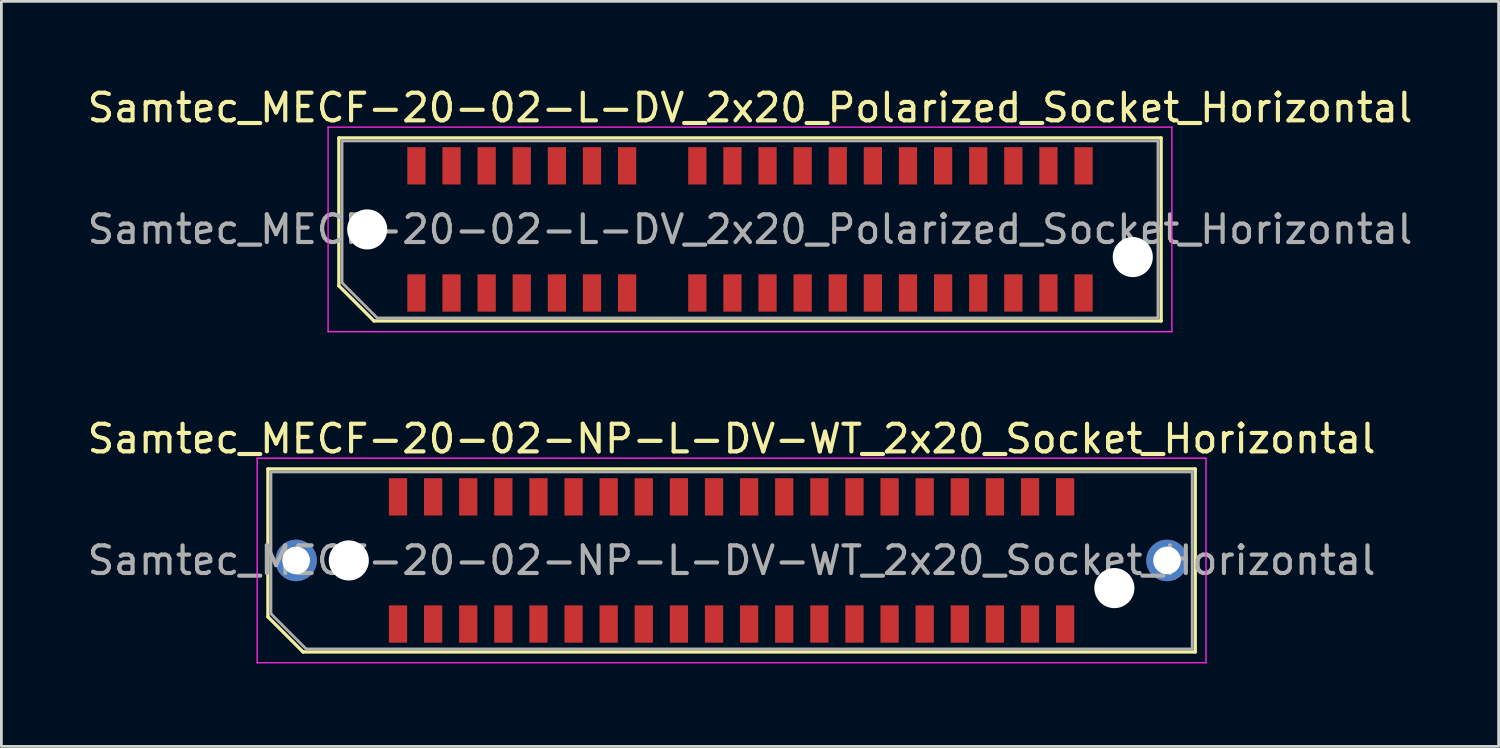
<source format=kicad_pcb>
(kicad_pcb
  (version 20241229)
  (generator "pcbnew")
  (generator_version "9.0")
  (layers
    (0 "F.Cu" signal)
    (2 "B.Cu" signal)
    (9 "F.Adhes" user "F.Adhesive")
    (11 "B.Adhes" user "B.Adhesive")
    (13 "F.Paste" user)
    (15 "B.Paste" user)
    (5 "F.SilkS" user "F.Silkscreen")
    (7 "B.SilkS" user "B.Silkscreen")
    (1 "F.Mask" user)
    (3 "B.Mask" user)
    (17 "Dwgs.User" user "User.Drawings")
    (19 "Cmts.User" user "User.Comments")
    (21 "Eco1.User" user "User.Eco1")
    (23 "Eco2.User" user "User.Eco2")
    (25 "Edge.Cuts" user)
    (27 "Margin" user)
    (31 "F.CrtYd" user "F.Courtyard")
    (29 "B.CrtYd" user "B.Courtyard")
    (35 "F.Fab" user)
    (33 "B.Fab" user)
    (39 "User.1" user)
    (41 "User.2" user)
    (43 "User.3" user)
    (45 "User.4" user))
  (footprint "Samtec_MECF-20-02-NP-L-DV-WT_2x20_Socket_Horizontal"
    (layer "F.Cu")
    (at 23.411 17.221)
    (property "Reference" "Samtec_MECF-20-02-NP-L-DV-WT_2x20_Socket_Horizontal" (at 0 -4.4 0) (layer "F.SilkS") (effects (font (size 1 1) (thickness 0.15))))
    (attr smd)
    (fp_line (start -16.77 -3.31) (end 16.77 -3.31) (stroke (width 0.12) (type solid)) (layer "F.SilkS"))
    (fp_line (start -16.77 2.04) (end -16.77 -3.31) (stroke (width 0.12) (type solid)) (layer "F.SilkS"))
    (fp_line (start -15.5 3.31) (end -16.77 2.04) (stroke (width 0.12) (type solid)) (layer "F.SilkS"))
    (fp_line (start -15.5 3.31) (end 16.77 3.31) (stroke (width 0.12) (type solid)) (layer "F.SilkS"))
    (fp_line (start 16.77 3.31) (end 16.77 -3.31) (stroke (width 0.12) (type solid)) (layer "F.SilkS"))
    (fp_line (start -17.16 -3.7) (end -17.16 3.7) (stroke (width 0.05) (type solid)) (layer "F.CrtYd"))
    (fp_line (start -17.16 3.7) (end 17.16 3.7) (stroke (width 0.05) (type solid)) (layer "F.CrtYd"))
    (fp_line (start 17.16 -3.7) (end -17.16 -3.7) (stroke (width 0.05) (type solid)) (layer "F.CrtYd"))
    (fp_line (start 17.16 3.7) (end 17.16 -3.7) (stroke (width 0.05) (type solid)) (layer "F.CrtYd"))
    (fp_line (start -16.66 -3.2) (end 16.66 -3.2) (stroke (width 0.1) (type solid)) (layer "F.Fab"))
    (fp_line (start -16.66 1.93) (end -16.66 -3.2) (stroke (width 0.1) (type solid)) (layer "F.Fab"))
    (fp_line (start -16.66 1.93) (end -15.39 3.2) (stroke (width 0.1) (type solid)) (layer "F.Fab"))
    (fp_line (start -15.39 3.2) (end 16.66 3.2) (stroke (width 0.1) (type solid)) (layer "F.Fab"))
    (fp_line (start 16.66 3.2) (end 16.66 -3.2) (stroke (width 0.1) (type solid)) (layer "F.Fab"))
    (fp_text user "${REFERENCE}" (at 0 0 0) (layer "F.Fab") (effects (font (size 1 1) (thickness 0.15))))
    (pad "" thru_hole circle (at -15.75 0) (size 1.5 1.5) (drill 1) (layers "*.Cu" "*.Mask"))
    (pad "" np_thru_hole circle (at -13.845 0) (size 1.45 1.45) (drill 1.45) (layers "*.Cu" "*.Mask"))
    (pad "" np_thru_hole circle (at 13.845 1) (size 1.45 1.45) (drill 1.45) (layers "*.Cu" "*.Mask"))
    (pad "" thru_hole circle (at 15.75 0) (size 1.5 1.5) (drill 1) (layers "*.Cu" "*.Mask"))
    (pad "1" smd rect (at -12.065 2.3) (size 0.66 1.35) (layers "F.Cu" "F.Mask" "F.Paste"))
    (pad "2" smd rect (at -12.065 -2.3) (size 0.66 1.35) (layers "F.Cu" "F.Mask" "F.Paste"))
    (pad "3" smd rect (at -10.795 2.3) (size 0.66 1.35) (layers "F.Cu" "F.Mask" "F.Paste"))
    (pad "4" smd rect (at -10.795 -2.3) (size 0.66 1.35) (layers "F.Cu" "F.Mask" "F.Paste"))
    (pad "5" smd rect (at -9.525 2.3) (size 0.66 1.35) (layers "F.Cu" "F.Mask" "F.Paste"))
    (pad "6" smd rect (at -9.525 -2.3) (size 0.66 1.35) (layers "F.Cu" "F.Mask" "F.Paste"))
    (pad "7" smd rect (at -8.255 2.3) (size 0.66 1.35) (layers "F.Cu" "F.Mask" "F.Paste"))
    (pad "8" smd rect (at -8.255 -2.3) (size 0.66 1.35) (layers "F.Cu" "F.Mask" "F.Paste"))
    (pad "9" smd rect (at -6.985 2.3) (size 0.66 1.35) (layers "F.Cu" "F.Mask" "F.Paste"))
    (pad "10" smd rect (at -6.985 -2.3) (size 0.66 1.35) (layers "F.Cu" "F.Mask" "F.Paste"))
    (pad "11" smd rect (at -5.715 2.3) (size 0.66 1.35) (layers "F.Cu" "F.Mask" "F.Paste"))
    (pad "12" smd rect (at -5.715 -2.3) (size 0.66 1.35) (layers "F.Cu" "F.Mask" "F.Paste"))
    (pad "13" smd rect (at -4.445 2.3) (size 0.66 1.35) (layers "F.Cu" "F.Mask" "F.Paste"))
    (pad "14" smd rect (at -4.445 -2.3) (size 0.66 1.35) (layers "F.Cu" "F.Mask" "F.Paste"))
    (pad "15" smd rect (at -3.175 2.3) (size 0.66 1.35) (layers "F.Cu" "F.Mask" "F.Paste"))
    (pad "16" smd rect (at -3.175 -2.3) (size 0.66 1.35) (layers "F.Cu" "F.Mask" "F.Paste"))
    (pad "17" smd rect (at -1.905 2.3) (size 0.66 1.35) (layers "F.Cu" "F.Mask" "F.Paste"))
    (pad "18" smd rect (at -1.905 -2.3) (size 0.66 1.35) (layers "F.Cu" "F.Mask" "F.Paste"))
    (pad "19" smd rect (at -0.635 2.3) (size 0.66 1.35) (layers "F.Cu" "F.Mask" "F.Paste"))
    (pad "20" smd rect (at -0.635 -2.3) (size 0.66 1.35) (layers "F.Cu" "F.Mask" "F.Paste"))
    (pad "21" smd rect (at 0.635 2.3) (size 0.66 1.35) (layers "F.Cu" "F.Mask" "F.Paste"))
    (pad "22" smd rect (at 0.635 -2.3) (size 0.66 1.35) (layers "F.Cu" "F.Mask" "F.Paste"))
    (pad "23" smd rect (at 1.905 2.3) (size 0.66 1.35) (layers "F.Cu" "F.Mask" "F.Paste"))
    (pad "24" smd rect (at 1.905 -2.3) (size 0.66 1.35) (layers "F.Cu" "F.Mask" "F.Paste"))
    (pad "25" smd rect (at 3.175 2.3) (size 0.66 1.35) (layers "F.Cu" "F.Mask" "F.Paste"))
    (pad "26" smd rect (at 3.175 -2.3) (size 0.66 1.35) (layers "F.Cu" "F.Mask" "F.Paste"))
    (pad "27" smd rect (at 4.445 2.3) (size 0.66 1.35) (layers "F.Cu" "F.Mask" "F.Paste"))
    (pad "28" smd rect (at 4.445 -2.3) (size 0.66 1.35) (layers "F.Cu" "F.Mask" "F.Paste"))
    (pad "29" smd rect (at 5.715 2.3) (size 0.66 1.35) (layers "F.Cu" "F.Mask" "F.Paste"))
    (pad "30" smd rect (at 5.715 -2.3) (size 0.66 1.35) (layers "F.Cu" "F.Mask" "F.Paste"))
    (pad "31" smd rect (at 6.985 2.3) (size 0.66 1.35) (layers "F.Cu" "F.Mask" "F.Paste"))
    (pad "32" smd rect (at 6.985 -2.3) (size 0.66 1.35) (layers "F.Cu" "F.Mask" "F.Paste"))
    (pad "33" smd rect (at 8.255 2.3) (size 0.66 1.35) (layers "F.Cu" "F.Mask" "F.Paste"))
    (pad "34" smd rect (at 8.255 -2.3) (size 0.66 1.35) (layers "F.Cu" "F.Mask" "F.Paste"))
    (pad "35" smd rect (at 9.525 2.3) (size 0.66 1.35) (layers "F.Cu" "F.Mask" "F.Paste"))
    (pad "36" smd rect (at 9.525 -2.3) (size 0.66 1.35) (layers "F.Cu" "F.Mask" "F.Paste"))
    (pad "37" smd rect (at 10.795 2.3) (size 0.66 1.35) (layers "F.Cu" "F.Mask" "F.Paste"))
    (pad "38" smd rect (at 10.795 -2.3) (size 0.66 1.35) (layers "F.Cu" "F.Mask" "F.Paste"))
    (pad "39" smd rect (at 12.065 2.3) (size 0.66 1.35) (layers "F.Cu" "F.Mask" "F.Paste"))
    (pad "40" smd rect (at 12.065 -2.3) (size 0.66 1.35) (layers "F.Cu" "F.Mask" "F.Paste")))
  (footprint "Samtec_MECF-20-02-L-DV_2x20_Polarized_Socket_Horizontal"
    (layer "F.Cu")
    (at 24.077 5.248)
    (property "Reference" "Samtec_MECF-20-02-L-DV_2x20_Polarized_Socket_Horizontal" (at 0 -4.4 0) (layer "F.SilkS") (effects (font (size 1 1) (thickness 0.15))))
    (attr smd)
    (fp_line (start -14.87 -3.31) (end 14.87 -3.31) (stroke (width 0.12) (type solid)) (layer "F.SilkS"))
    (fp_line (start -14.87 2.04) (end -14.87 -3.31) (stroke (width 0.12) (type solid)) (layer "F.SilkS"))
    (fp_line (start -13.6 3.31) (end -14.87 2.04) (stroke (width 0.12) (type solid)) (layer "F.SilkS"))
    (fp_line (start -13.6 3.31) (end 14.87 3.31) (stroke (width 0.12) (type solid)) (layer "F.SilkS"))
    (fp_line (start 14.87 3.31) (end 14.87 -3.31) (stroke (width 0.12) (type solid)) (layer "F.SilkS"))
    (fp_line (start -15.26 -3.7) (end -15.26 3.7) (stroke (width 0.05) (type solid)) (layer "F.CrtYd"))
    (fp_line (start -15.26 3.7) (end 15.26 3.7) (stroke (width 0.05) (type solid)) (layer "F.CrtYd"))
    (fp_line (start 15.26 -3.7) (end -15.26 -3.7) (stroke (width 0.05) (type solid)) (layer "F.CrtYd"))
    (fp_line (start 15.26 3.7) (end 15.26 -3.7) (stroke (width 0.05) (type solid)) (layer "F.CrtYd"))
    (fp_line (start -14.755 -3.2) (end 14.755 -3.2) (stroke (width 0.1) (type solid)) (layer "F.Fab"))
    (fp_line (start -14.755 1.93) (end -14.755 -3.2) (stroke (width 0.1) (type solid)) (layer "F.Fab"))
    (fp_line (start -14.755 1.93) (end -13.485 3.2) (stroke (width 0.1) (type solid)) (layer "F.Fab"))
    (fp_line (start -13.485 3.2) (end 14.755 3.2) (stroke (width 0.1) (type solid)) (layer "F.Fab"))
    (fp_line (start 14.755 3.2) (end 14.755 -3.2) (stroke (width 0.1) (type solid)) (layer "F.Fab"))
    (fp_text user "${REFERENCE}" (at 0 0 0) (layer "F.Fab") (effects (font (size 1 1) (thickness 0.15))))
    (pad "" np_thru_hole circle (at -13.845 0) (size 1.45 1.45) (drill 1.45) (layers "*.Cu" "*.Mask"))
    (pad "" np_thru_hole circle (at 13.845 1) (size 1.45 1.45) (drill 1.45) (layers "*.Cu" "*.Mask"))
    (pad "1" smd rect (at -12.065 2.3) (size 0.66 1.35) (layers "F.Cu" "F.Mask" "F.Paste"))
    (pad "2" smd rect (at -12.065 -2.3) (size 0.66 1.35) (layers "F.Cu" "F.Mask" "F.Paste"))
    (pad "3" smd rect (at -10.795 2.3) (size 0.66 1.35) (layers "F.Cu" "F.Mask" "F.Paste"))
    (pad "4" smd rect (at -10.795 -2.3) (size 0.66 1.35) (layers "F.Cu" "F.Mask" "F.Paste"))
    (pad "5" smd rect (at -9.525 2.3) (size 0.66 1.35) (layers "F.Cu" "F.Mask" "F.Paste"))
    (pad "6" smd rect (at -9.525 -2.3) (size 0.66 1.35) (layers "F.Cu" "F.Mask" "F.Paste"))
    (pad "7" smd rect (at -8.255 2.3) (size 0.66 1.35) (layers "F.Cu" "F.Mask" "F.Paste"))
    (pad "8" smd rect (at -8.255 -2.3) (size 0.66 1.35) (layers "F.Cu" "F.Mask" "F.Paste"))
    (pad "9" smd rect (at -6.985 2.3) (size 0.66 1.35) (layers "F.Cu" "F.Mask" "F.Paste"))
    (pad "10" smd rect (at -6.985 -2.3) (size 0.66 1.35) (layers "F.Cu" "F.Mask" "F.Paste"))
    (pad "11" smd rect (at -5.715 2.3) (size 0.66 1.35) (layers "F.Cu" "F.Mask" "F.Paste"))
    (pad "12" smd rect (at -5.715 -2.3) (size 0.66 1.35) (layers "F.Cu" "F.Mask" "F.Paste"))
    (pad "13" smd rect (at -4.445 2.3) (size 0.66 1.35) (layers "F.Cu" "F.Mask" "F.Paste"))
    (pad "14" smd rect (at -4.445 -2.3) (size 0.66 1.35) (layers "F.Cu" "F.Mask" "F.Paste"))
    (pad "17" smd rect (at -1.905 2.3) (size 0.66 1.35) (layers "F.Cu" "F.Mask" "F.Paste"))
    (pad "18" smd rect (at -1.905 -2.3) (size 0.66 1.35) (layers "F.Cu" "F.Mask" "F.Paste"))
    (pad "19" smd rect (at -0.635 2.3) (size 0.66 1.35) (layers "F.Cu" "F.Mask" "F.Paste"))
    (pad "20" smd rect (at -0.635 -2.3) (size 0.66 1.35) (layers "F.Cu" "F.Mask" "F.Paste"))
    (pad "21" smd rect (at 0.635 2.3) (size 0.66 1.35) (layers "F.Cu" "F.Mask" "F.Paste"))
    (pad "22" smd rect (at 0.635 -2.3) (size 0.66 1.35) (layers "F.Cu" "F.Mask" "F.Paste"))
    (pad "23" smd rect (at 1.905 2.3) (size 0.66 1.35) (layers "F.Cu" "F.Mask" "F.Paste"))
    (pad "24" smd rect (at 1.905 -2.3) (size 0.66 1.35) (layers "F.Cu" "F.Mask" "F.Paste"))
    (pad "25" smd rect (at 3.175 2.3) (size 0.66 1.35) (layers "F.Cu" "F.Mask" "F.Paste"))
    (pad "26" smd rect (at 3.175 -2.3) (size 0.66 1.35) (layers "F.Cu" "F.Mask" "F.Paste"))
    (pad "27" smd rect (at 4.445 2.3) (size 0.66 1.35) (layers "F.Cu" "F.Mask" "F.Paste"))
    (pad "28" smd rect (at 4.445 -2.3) (size 0.66 1.35) (layers "F.Cu" "F.Mask" "F.Paste"))
    (pad "29" smd rect (at 5.715 2.3) (size 0.66 1.35) (layers "F.Cu" "F.Mask" "F.Paste"))
    (pad "30" smd rect (at 5.715 -2.3) (size 0.66 1.35) (layers "F.Cu" "F.Mask" "F.Paste"))
    (pad "31" smd rect (at 6.985 2.3) (size 0.66 1.35) (layers "F.Cu" "F.Mask" "F.Paste"))
    (pad "32" smd rect (at 6.985 -2.3) (size 0.66 1.35) (layers "F.Cu" "F.Mask" "F.Paste"))
    (pad "33" smd rect (at 8.255 2.3) (size 0.66 1.35) (layers "F.Cu" "F.Mask" "F.Paste"))
    (pad "34" smd rect (at 8.255 -2.3) (size 0.66 1.35) (layers "F.Cu" "F.Mask" "F.Paste"))
    (pad "35" smd rect (at 9.525 2.3) (size 0.66 1.35) (layers "F.Cu" "F.Mask" "F.Paste"))
    (pad "36" smd rect (at 9.525 -2.3) (size 0.66 1.35) (layers "F.Cu" "F.Mask" "F.Paste"))
    (pad "37" smd rect (at 10.795 2.3) (size 0.66 1.35) (layers "F.Cu" "F.Mask" "F.Paste"))
    (pad "38" smd rect (at 10.795 -2.3) (size 0.66 1.35) (layers "F.Cu" "F.Mask" "F.Paste"))
    (pad "39" smd rect (at 12.065 2.3) (size 0.66 1.35) (layers "F.Cu" "F.Mask" "F.Paste"))
    (pad "40" smd rect (at 12.065 -2.3) (size 0.66 1.35) (layers "F.Cu" "F.Mask" "F.Paste")))
  (gr_rect
    (start -3 -3)
    (end 51.155 23.947)
    (stroke (width 0.1) (type default))
    (fill no)
    (layer "Edge.Cuts")))
</source>
